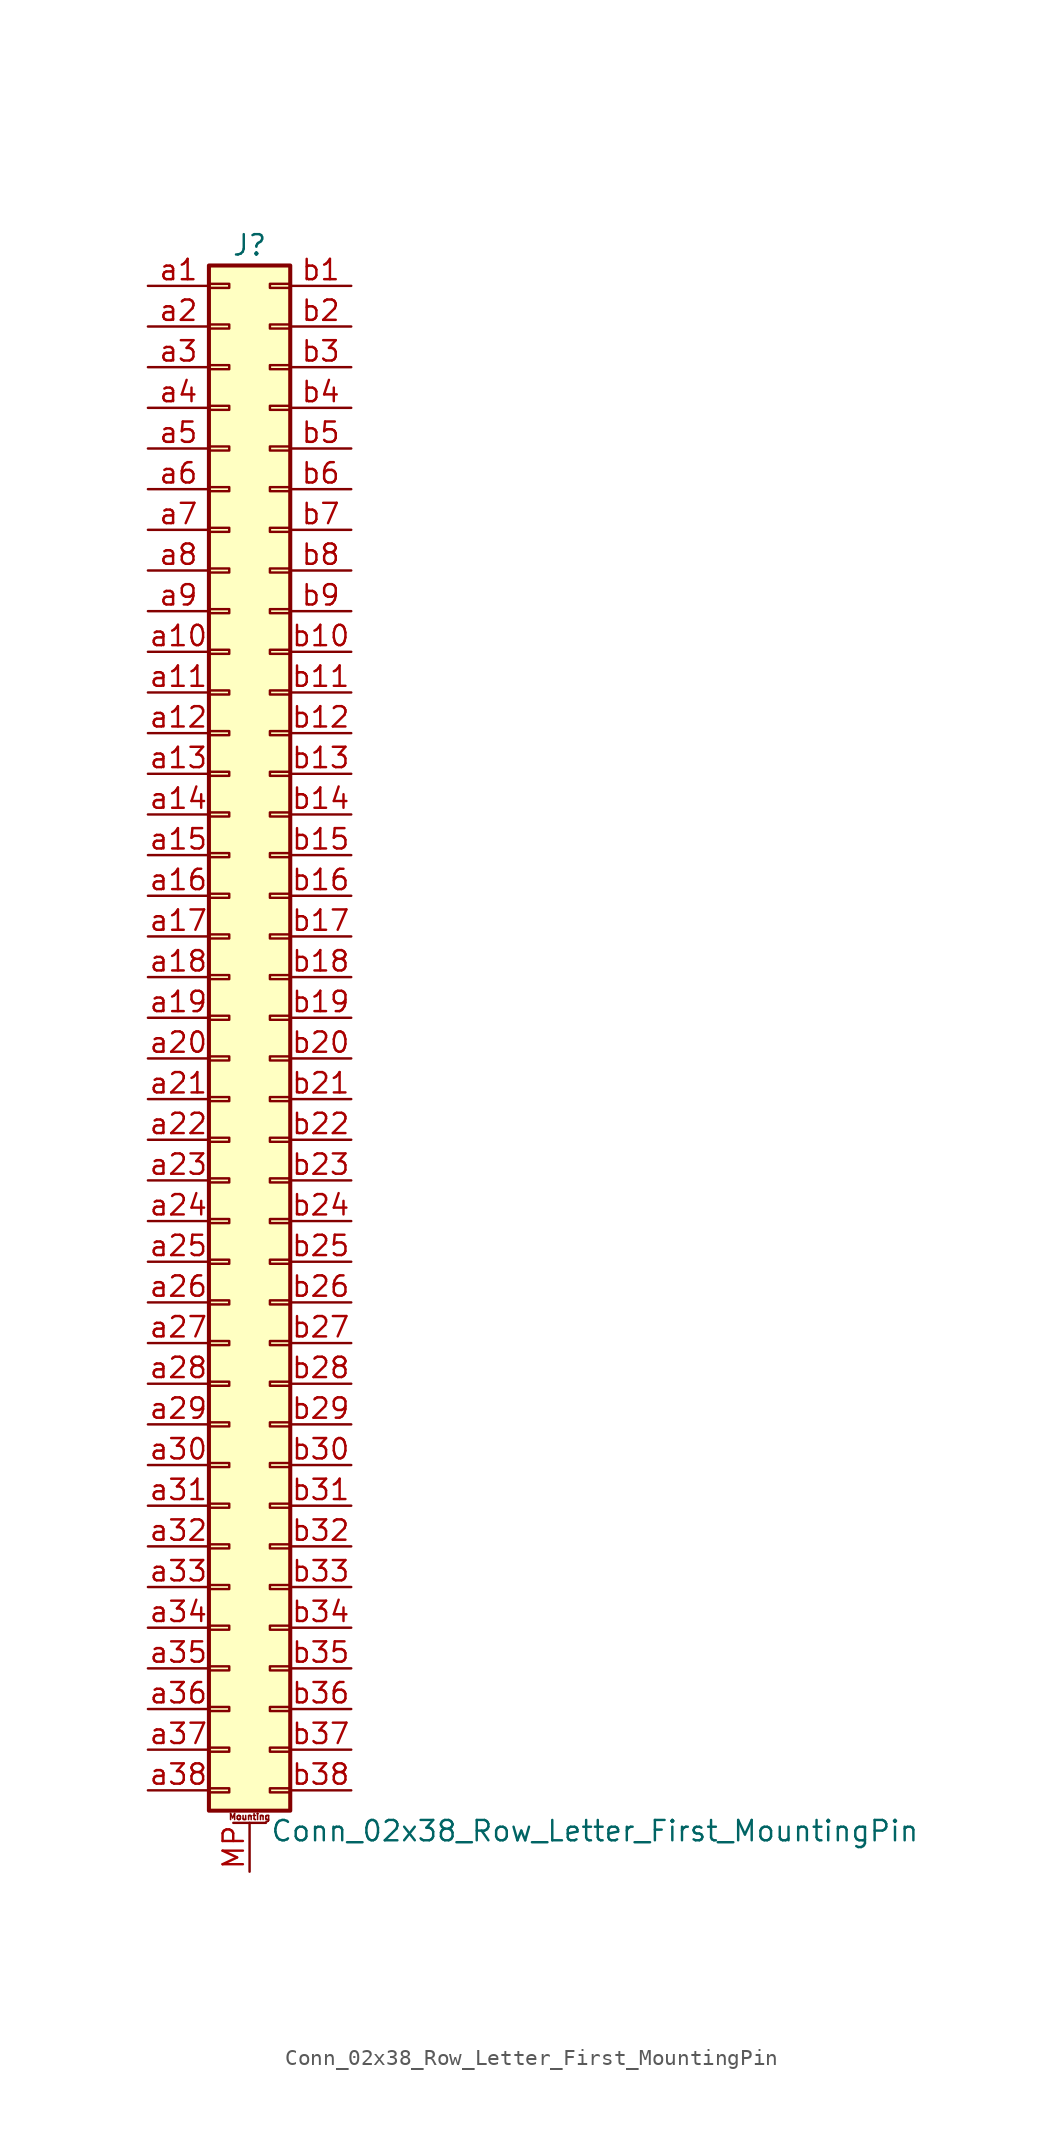
<source format=kicad_sym>
(kicad_symbol_lib
  (version 20211014)
  (generator kicad_symbol_editor)
  (symbol "Conn_02x38_Row_Letter_First_MountingPin"
    (pin_names
      (offset 1.016) hide)
    (property "Reference" "J"
      (at 1.27 48.26 0)
      (effects (font (size 1.27 1.27))))
    (property "Value" "Conn_02x38_Row_Letter_First_MountingPin"
      (at 2.54 -50.8 0)
      (effects (font (size 1.27 1.27)) (justify left)))
    (symbol "Conn_02x38_Row_Letter_First_MountingPin_1_1"
      (rectangle (start -1.27 -48.133) (end 0 -48.387) (stroke (width 0.152) (type default) (color 0 0 0 0)) (fill (type none)))
      (rectangle (start -1.27 -45.593) (end 0 -45.847) (stroke (width 0.152) (type default) (color 0 0 0 0)) (fill (type none)))
      (rectangle (start -1.27 -43.053) (end 0 -43.307) (stroke (width 0.152) (type default) (color 0 0 0 0)) (fill (type none)))
      (rectangle (start -1.27 -40.513) (end 0 -40.767) (stroke (width 0.152) (type default) (color 0 0 0 0)) (fill (type none)))
      (rectangle (start -1.27 -37.973) (end 0 -38.227) (stroke (width 0.152) (type default) (color 0 0 0 0)) (fill (type none)))
      (rectangle (start -1.27 -35.433) (end 0 -35.687) (stroke (width 0.152) (type default) (color 0 0 0 0)) (fill (type none)))
      (rectangle (start -1.27 -32.893) (end 0 -33.147) (stroke (width 0.152) (type default) (color 0 0 0 0)) (fill (type none)))
      (rectangle (start -1.27 -30.353) (end 0 -30.607) (stroke (width 0.152) (type default) (color 0 0 0 0)) (fill (type none)))
      (rectangle (start -1.27 -27.813) (end 0 -28.067) (stroke (width 0.152) (type default) (color 0 0 0 0)) (fill (type none)))
      (rectangle (start -1.27 -25.273) (end 0 -25.527) (stroke (width 0.152) (type default) (color 0 0 0 0)) (fill (type none)))
      (rectangle (start -1.27 -22.733) (end 0 -22.987) (stroke (width 0.152) (type default) (color 0 0 0 0)) (fill (type none)))
      (rectangle (start -1.27 -20.193) (end 0 -20.447) (stroke (width 0.152) (type default) (color 0 0 0 0)) (fill (type none)))
      (rectangle (start -1.27 -17.653) (end 0 -17.907) (stroke (width 0.152) (type default) (color 0 0 0 0)) (fill (type none)))
      (rectangle (start -1.27 -15.113) (end 0 -15.367) (stroke (width 0.152) (type default) (color 0 0 0 0)) (fill (type none)))
      (rectangle (start -1.27 -12.573) (end 0 -12.827) (stroke (width 0.152) (type default) (color 0 0 0 0)) (fill (type none)))
      (rectangle (start -1.27 -10.033) (end 0 -10.287) (stroke (width 0.152) (type default) (color 0 0 0 0)) (fill (type none)))
      (rectangle (start -1.27 -7.493) (end 0 -7.747) (stroke (width 0.152) (type default) (color 0 0 0 0)) (fill (type none)))
      (rectangle (start -1.27 -4.953) (end 0 -5.207) (stroke (width 0.152) (type default) (color 0 0 0 0)) (fill (type none)))
      (rectangle (start -1.27 -2.413) (end 0 -2.667) (stroke (width 0.152) (type default) (color 0 0 0 0)) (fill (type none)))
      (rectangle (start -1.27 0.127) (end 0 -0.127) (stroke (width 0.152) (type default) (color 0 0 0 0)) (fill (type none)))
      (rectangle (start -1.27 2.667) (end 0 2.413) (stroke (width 0.152) (type default) (color 0 0 0 0)) (fill (type none)))
      (rectangle (start -1.27 5.207) (end 0 4.953) (stroke (width 0.152) (type default) (color 0 0 0 0)) (fill (type none)))
      (rectangle (start -1.27 7.747) (end 0 7.493) (stroke (width 0.152) (type default) (color 0 0 0 0)) (fill (type none)))
      (rectangle (start -1.27 10.287) (end 0 10.033) (stroke (width 0.152) (type default) (color 0 0 0 0)) (fill (type none)))
      (rectangle (start -1.27 12.827) (end 0 12.573) (stroke (width 0.152) (type default) (color 0 0 0 0)) (fill (type none)))
      (rectangle (start -1.27 15.367) (end 0 15.113) (stroke (width 0.152) (type default) (color 0 0 0 0)) (fill (type none)))
      (rectangle (start -1.27 17.907) (end 0 17.653) (stroke (width 0.152) (type default) (color 0 0 0 0)) (fill (type none)))
      (rectangle (start -1.27 20.447) (end 0 20.193) (stroke (width 0.152) (type default) (color 0 0 0 0)) (fill (type none)))
      (rectangle (start -1.27 22.987) (end 0 22.733) (stroke (width 0.152) (type default) (color 0 0 0 0)) (fill (type none)))
      (rectangle (start -1.27 25.527) (end 0 25.273) (stroke (width 0.152) (type default) (color 0 0 0 0)) (fill (type none)))
      (rectangle (start -1.27 28.067) (end 0 27.813) (stroke (width 0.152) (type default) (color 0 0 0 0)) (fill (type none)))
      (rectangle (start -1.27 30.607) (end 0 30.353) (stroke (width 0.152) (type default) (color 0 0 0 0)) (fill (type none)))
      (rectangle (start -1.27 33.147) (end 0 32.893) (stroke (width 0.152) (type default) (color 0 0 0 0)) (fill (type none)))
      (rectangle (start -1.27 35.687) (end 0 35.433) (stroke (width 0.152) (type default) (color 0 0 0 0)) (fill (type none)))
      (rectangle (start -1.27 38.227) (end 0 37.973) (stroke (width 0.152) (type default) (color 0 0 0 0)) (fill (type none)))
      (rectangle (start -1.27 40.767) (end 0 40.513) (stroke (width 0.152) (type default) (color 0 0 0 0)) (fill (type none)))
      (rectangle (start -1.27 43.307) (end 0 43.053) (stroke (width 0.152) (type default) (color 0 0 0 0)) (fill (type none)))
      (rectangle (start -1.27 45.847) (end 0 45.593) (stroke (width 0.152) (type default) (color 0 0 0 0)) (fill (type none)))
      (rectangle (start -1.27 46.99) (end 3.81 -49.53) (stroke (width 0.254) (type default) (color 0 0 0 0)) (fill (type background)))
      (polyline (pts (xy 0.254 -50.292) (xy 2.286 -50.292)) (stroke (width 0.152) (type default) (color 0 0 0 0)) (fill (type none)))
      (rectangle (start 3.81 -48.133) (end 2.54 -48.387) (stroke (width 0.152) (type default) (color 0 0 0 0)) (fill (type none)))
      (rectangle (start 3.81 -45.593) (end 2.54 -45.847) (stroke (width 0.152) (type default) (color 0 0 0 0)) (fill (type none)))
      (rectangle (start 3.81 -43.053) (end 2.54 -43.307) (stroke (width 0.152) (type default) (color 0 0 0 0)) (fill (type none)))
      (rectangle (start 3.81 -40.513) (end 2.54 -40.767) (stroke (width 0.152) (type default) (color 0 0 0 0)) (fill (type none)))
      (rectangle (start 3.81 -37.973) (end 2.54 -38.227) (stroke (width 0.152) (type default) (color 0 0 0 0)) (fill (type none)))
      (rectangle (start 3.81 -35.433) (end 2.54 -35.687) (stroke (width 0.152) (type default) (color 0 0 0 0)) (fill (type none)))
      (rectangle (start 3.81 -32.893) (end 2.54 -33.147) (stroke (width 0.152) (type default) (color 0 0 0 0)) (fill (type none)))
      (rectangle (start 3.81 -30.353) (end 2.54 -30.607) (stroke (width 0.152) (type default) (color 0 0 0 0)) (fill (type none)))
      (rectangle (start 3.81 -27.813) (end 2.54 -28.067) (stroke (width 0.152) (type default) (color 0 0 0 0)) (fill (type none)))
      (rectangle (start 3.81 -25.273) (end 2.54 -25.527) (stroke (width 0.152) (type default) (color 0 0 0 0)) (fill (type none)))
      (rectangle (start 3.81 -22.733) (end 2.54 -22.987) (stroke (width 0.152) (type default) (color 0 0 0 0)) (fill (type none)))
      (rectangle (start 3.81 -20.193) (end 2.54 -20.447) (stroke (width 0.152) (type default) (color 0 0 0 0)) (fill (type none)))
      (rectangle (start 3.81 -17.653) (end 2.54 -17.907) (stroke (width 0.152) (type default) (color 0 0 0 0)) (fill (type none)))
      (rectangle (start 3.81 -15.113) (end 2.54 -15.367) (stroke (width 0.152) (type default) (color 0 0 0 0)) (fill (type none)))
      (rectangle (start 3.81 -12.573) (end 2.54 -12.827) (stroke (width 0.152) (type default) (color 0 0 0 0)) (fill (type none)))
      (rectangle (start 3.81 -10.033) (end 2.54 -10.287) (stroke (width 0.152) (type default) (color 0 0 0 0)) (fill (type none)))
      (rectangle (start 3.81 -7.493) (end 2.54 -7.747) (stroke (width 0.152) (type default) (color 0 0 0 0)) (fill (type none)))
      (rectangle (start 3.81 -4.953) (end 2.54 -5.207) (stroke (width 0.152) (type default) (color 0 0 0 0)) (fill (type none)))
      (rectangle (start 3.81 -2.413) (end 2.54 -2.667) (stroke (width 0.152) (type default) (color 0 0 0 0)) (fill (type none)))
      (rectangle (start 3.81 0.127) (end 2.54 -0.127) (stroke (width 0.152) (type default) (color 0 0 0 0)) (fill (type none)))
      (rectangle (start 3.81 2.667) (end 2.54 2.413) (stroke (width 0.152) (type default) (color 0 0 0 0)) (fill (type none)))
      (rectangle (start 3.81 5.207) (end 2.54 4.953) (stroke (width 0.152) (type default) (color 0 0 0 0)) (fill (type none)))
      (rectangle (start 3.81 7.747) (end 2.54 7.493) (stroke (width 0.152) (type default) (color 0 0 0 0)) (fill (type none)))
      (rectangle (start 3.81 10.287) (end 2.54 10.033) (stroke (width 0.152) (type default) (color 0 0 0 0)) (fill (type none)))
      (rectangle (start 3.81 12.827) (end 2.54 12.573) (stroke (width 0.152) (type default) (color 0 0 0 0)) (fill (type none)))
      (rectangle (start 3.81 15.367) (end 2.54 15.113) (stroke (width 0.152) (type default) (color 0 0 0 0)) (fill (type none)))
      (rectangle (start 3.81 17.907) (end 2.54 17.653) (stroke (width 0.152) (type default) (color 0 0 0 0)) (fill (type none)))
      (rectangle (start 3.81 20.447) (end 2.54 20.193) (stroke (width 0.152) (type default) (color 0 0 0 0)) (fill (type none)))
      (rectangle (start 3.81 22.987) (end 2.54 22.733) (stroke (width 0.152) (type default) (color 0 0 0 0)) (fill (type none)))
      (rectangle (start 3.81 25.527) (end 2.54 25.273) (stroke (width 0.152) (type default) (color 0 0 0 0)) (fill (type none)))
      (rectangle (start 3.81 28.067) (end 2.54 27.813) (stroke (width 0.152) (type default) (color 0 0 0 0)) (fill (type none)))
      (rectangle (start 3.81 30.607) (end 2.54 30.353) (stroke (width 0.152) (type default) (color 0 0 0 0)) (fill (type none)))
      (rectangle (start 3.81 33.147) (end 2.54 32.893) (stroke (width 0.152) (type default) (color 0 0 0 0)) (fill (type none)))
      (rectangle (start 3.81 35.687) (end 2.54 35.433) (stroke (width 0.152) (type default) (color 0 0 0 0)) (fill (type none)))
      (rectangle (start 3.81 38.227) (end 2.54 37.973) (stroke (width 0.152) (type default) (color 0 0 0 0)) (fill (type none)))
      (rectangle (start 3.81 40.767) (end 2.54 40.513) (stroke (width 0.152) (type default) (color 0 0 0 0)) (fill (type none)))
      (rectangle (start 3.81 43.307) (end 2.54 43.053) (stroke (width 0.152) (type default) (color 0 0 0 0)) (fill (type none)))
      (rectangle (start 3.81 45.847) (end 2.54 45.593) (stroke (width 0.152) (type default) (color 0 0 0 0)) (fill (type none)))
      (text "Mounting" (at 1.27 -49.911 0) (effects (font (size 0.381 0.381))))
      (pin passive line (at 1.27 -53.34 90) (length 3.048) (name "MountPin" (effects (font (size 1.27 1.27)))) (number "MP" (effects (font (size 1.27 1.27)))))
      (pin passive line (at -5.08 45.72 0) (length 3.81) (name "Pin_a1" (effects (font (size 1.27 1.27)))) (number "a1" (effects (font (size 1.27 1.27)))))
      (pin passive line (at -5.08 22.86 0) (length 3.81) (name "Pin_a10" (effects (font (size 1.27 1.27)))) (number "a10" (effects (font (size 1.27 1.27)))))
      (pin passive line (at -5.08 20.32 0) (length 3.81) (name "Pin_a11" (effects (font (size 1.27 1.27)))) (number "a11" (effects (font (size 1.27 1.27)))))
      (pin passive line (at -5.08 17.78 0) (length 3.81) (name "Pin_a12" (effects (font (size 1.27 1.27)))) (number "a12" (effects (font (size 1.27 1.27)))))
      (pin passive line (at -5.08 15.24 0) (length 3.81) (name "Pin_a13" (effects (font (size 1.27 1.27)))) (number "a13" (effects (font (size 1.27 1.27)))))
      (pin passive line (at -5.08 12.7 0) (length 3.81) (name "Pin_a14" (effects (font (size 1.27 1.27)))) (number "a14" (effects (font (size 1.27 1.27)))))
      (pin passive line (at -5.08 10.16 0) (length 3.81) (name "Pin_a15" (effects (font (size 1.27 1.27)))) (number "a15" (effects (font (size 1.27 1.27)))))
      (pin passive line (at -5.08 7.62 0) (length 3.81) (name "Pin_a16" (effects (font (size 1.27 1.27)))) (number "a16" (effects (font (size 1.27 1.27)))))
      (pin passive line (at -5.08 5.08 0) (length 3.81) (name "Pin_a17" (effects (font (size 1.27 1.27)))) (number "a17" (effects (font (size 1.27 1.27)))))
      (pin passive line (at -5.08 2.54 0) (length 3.81) (name "Pin_a18" (effects (font (size 1.27 1.27)))) (number "a18" (effects (font (size 1.27 1.27)))))
      (pin passive line (at -5.08 0 0) (length 3.81) (name "Pin_a19" (effects (font (size 1.27 1.27)))) (number "a19" (effects (font (size 1.27 1.27)))))
      (pin passive line (at -5.08 43.18 0) (length 3.81) (name "Pin_a2" (effects (font (size 1.27 1.27)))) (number "a2" (effects (font (size 1.27 1.27)))))
      (pin passive line (at -5.08 -2.54 0) (length 3.81) (name "Pin_a20" (effects (font (size 1.27 1.27)))) (number "a20" (effects (font (size 1.27 1.27)))))
      (pin passive line (at -5.08 -5.08 0) (length 3.81) (name "Pin_a21" (effects (font (size 1.27 1.27)))) (number "a21" (effects (font (size 1.27 1.27)))))
      (pin passive line (at -5.08 -7.62 0) (length 3.81) (name "Pin_a22" (effects (font (size 1.27 1.27)))) (number "a22" (effects (font (size 1.27 1.27)))))
      (pin passive line (at -5.08 -10.16 0) (length 3.81) (name "Pin_a23" (effects (font (size 1.27 1.27)))) (number "a23" (effects (font (size 1.27 1.27)))))
      (pin passive line (at -5.08 -12.7 0) (length 3.81) (name "Pin_a24" (effects (font (size 1.27 1.27)))) (number "a24" (effects (font (size 1.27 1.27)))))
      (pin passive line (at -5.08 -15.24 0) (length 3.81) (name "Pin_a25" (effects (font (size 1.27 1.27)))) (number "a25" (effects (font (size 1.27 1.27)))))
      (pin passive line (at -5.08 -17.78 0) (length 3.81) (name "Pin_a26" (effects (font (size 1.27 1.27)))) (number "a26" (effects (font (size 1.27 1.27)))))
      (pin passive line (at -5.08 -20.32 0) (length 3.81) (name "Pin_a27" (effects (font (size 1.27 1.27)))) (number "a27" (effects (font (size 1.27 1.27)))))
      (pin passive line (at -5.08 -22.86 0) (length 3.81) (name "Pin_a28" (effects (font (size 1.27 1.27)))) (number "a28" (effects (font (size 1.27 1.27)))))
      (pin passive line (at -5.08 -25.4 0) (length 3.81) (name "Pin_a29" (effects (font (size 1.27 1.27)))) (number "a29" (effects (font (size 1.27 1.27)))))
      (pin passive line (at -5.08 40.64 0) (length 3.81) (name "Pin_a3" (effects (font (size 1.27 1.27)))) (number "a3" (effects (font (size 1.27 1.27)))))
      (pin passive line (at -5.08 -27.94 0) (length 3.81) (name "Pin_a30" (effects (font (size 1.27 1.27)))) (number "a30" (effects (font (size 1.27 1.27)))))
      (pin passive line (at -5.08 -30.48 0) (length 3.81) (name "Pin_a31" (effects (font (size 1.27 1.27)))) (number "a31" (effects (font (size 1.27 1.27)))))
      (pin passive line (at -5.08 -33.02 0) (length 3.81) (name "Pin_a32" (effects (font (size 1.27 1.27)))) (number "a32" (effects (font (size 1.27 1.27)))))
      (pin passive line (at -5.08 -35.56 0) (length 3.81) (name "Pin_a33" (effects (font (size 1.27 1.27)))) (number "a33" (effects (font (size 1.27 1.27)))))
      (pin passive line (at -5.08 -38.1 0) (length 3.81) (name "Pin_a34" (effects (font (size 1.27 1.27)))) (number "a34" (effects (font (size 1.27 1.27)))))
      (pin passive line (at -5.08 -40.64 0) (length 3.81) (name "Pin_a35" (effects (font (size 1.27 1.27)))) (number "a35" (effects (font (size 1.27 1.27)))))
      (pin passive line (at -5.08 -43.18 0) (length 3.81) (name "Pin_a36" (effects (font (size 1.27 1.27)))) (number "a36" (effects (font (size 1.27 1.27)))))
      (pin passive line (at -5.08 -45.72 0) (length 3.81) (name "Pin_a37" (effects (font (size 1.27 1.27)))) (number "a37" (effects (font (size 1.27 1.27)))))
      (pin passive line (at -5.08 -48.26 0) (length 3.81) (name "Pin_a38" (effects (font (size 1.27 1.27)))) (number "a38" (effects (font (size 1.27 1.27)))))
      (pin passive line (at -5.08 38.1 0) (length 3.81) (name "Pin_a4" (effects (font (size 1.27 1.27)))) (number "a4" (effects (font (size 1.27 1.27)))))
      (pin passive line (at -5.08 35.56 0) (length 3.81) (name "Pin_a5" (effects (font (size 1.27 1.27)))) (number "a5" (effects (font (size 1.27 1.27)))))
      (pin passive line (at -5.08 33.02 0) (length 3.81) (name "Pin_a6" (effects (font (size 1.27 1.27)))) (number "a6" (effects (font (size 1.27 1.27)))))
      (pin passive line (at -5.08 30.48 0) (length 3.81) (name "Pin_a7" (effects (font (size 1.27 1.27)))) (number "a7" (effects (font (size 1.27 1.27)))))
      (pin passive line (at -5.08 27.94 0) (length 3.81) (name "Pin_a8" (effects (font (size 1.27 1.27)))) (number "a8" (effects (font (size 1.27 1.27)))))
      (pin passive line (at -5.08 25.4 0) (length 3.81) (name "Pin_a9" (effects (font (size 1.27 1.27)))) (number "a9" (effects (font (size 1.27 1.27)))))
      (pin passive line (at 7.62 45.72 180) (length 3.81) (name "Pin_b1" (effects (font (size 1.27 1.27)))) (number "b1" (effects (font (size 1.27 1.27)))))
      (pin passive line (at 7.62 22.86 180) (length 3.81) (name "Pin_b10" (effects (font (size 1.27 1.27)))) (number "b10" (effects (font (size 1.27 1.27)))))
      (pin passive line (at 7.62 20.32 180) (length 3.81) (name "Pin_b11" (effects (font (size 1.27 1.27)))) (number "b11" (effects (font (size 1.27 1.27)))))
      (pin passive line (at 7.62 17.78 180) (length 3.81) (name "Pin_b12" (effects (font (size 1.27 1.27)))) (number "b12" (effects (font (size 1.27 1.27)))))
      (pin passive line (at 7.62 15.24 180) (length 3.81) (name "Pin_b13" (effects (font (size 1.27 1.27)))) (number "b13" (effects (font (size 1.27 1.27)))))
      (pin passive line (at 7.62 12.7 180) (length 3.81) (name "Pin_b14" (effects (font (size 1.27 1.27)))) (number "b14" (effects (font (size 1.27 1.27)))))
      (pin passive line (at 7.62 10.16 180) (length 3.81) (name "Pin_b15" (effects (font (size 1.27 1.27)))) (number "b15" (effects (font (size 1.27 1.27)))))
      (pin passive line (at 7.62 7.62 180) (length 3.81) (name "Pin_b16" (effects (font (size 1.27 1.27)))) (number "b16" (effects (font (size 1.27 1.27)))))
      (pin passive line (at 7.62 5.08 180) (length 3.81) (name "Pin_b17" (effects (font (size 1.27 1.27)))) (number "b17" (effects (font (size 1.27 1.27)))))
      (pin passive line (at 7.62 2.54 180) (length 3.81) (name "Pin_b18" (effects (font (size 1.27 1.27)))) (number "b18" (effects (font (size 1.27 1.27)))))
      (pin passive line (at 7.62 0 180) (length 3.81) (name "Pin_b19" (effects (font (size 1.27 1.27)))) (number "b19" (effects (font (size 1.27 1.27)))))
      (pin passive line (at 7.62 43.18 180) (length 3.81) (name "Pin_b2" (effects (font (size 1.27 1.27)))) (number "b2" (effects (font (size 1.27 1.27)))))
      (pin passive line (at 7.62 -2.54 180) (length 3.81) (name "Pin_b20" (effects (font (size 1.27 1.27)))) (number "b20" (effects (font (size 1.27 1.27)))))
      (pin passive line (at 7.62 -5.08 180) (length 3.81) (name "Pin_b21" (effects (font (size 1.27 1.27)))) (number "b21" (effects (font (size 1.27 1.27)))))
      (pin passive line (at 7.62 -7.62 180) (length 3.81) (name "Pin_b22" (effects (font (size 1.27 1.27)))) (number "b22" (effects (font (size 1.27 1.27)))))
      (pin passive line (at 7.62 -10.16 180) (length 3.81) (name "Pin_b23" (effects (font (size 1.27 1.27)))) (number "b23" (effects (font (size 1.27 1.27)))))
      (pin passive line (at 7.62 -12.7 180) (length 3.81) (name "Pin_b24" (effects (font (size 1.27 1.27)))) (number "b24" (effects (font (size 1.27 1.27)))))
      (pin passive line (at 7.62 -15.24 180) (length 3.81) (name "Pin_b25" (effects (font (size 1.27 1.27)))) (number "b25" (effects (font (size 1.27 1.27)))))
      (pin passive line (at 7.62 -17.78 180) (length 3.81) (name "Pin_b26" (effects (font (size 1.27 1.27)))) (number "b26" (effects (font (size 1.27 1.27)))))
      (pin passive line (at 7.62 -20.32 180) (length 3.81) (name "Pin_b27" (effects (font (size 1.27 1.27)))) (number "b27" (effects (font (size 1.27 1.27)))))
      (pin passive line (at 7.62 -22.86 180) (length 3.81) (name "Pin_b28" (effects (font (size 1.27 1.27)))) (number "b28" (effects (font (size 1.27 1.27)))))
      (pin passive line (at 7.62 -25.4 180) (length 3.81) (name "Pin_b29" (effects (font (size 1.27 1.27)))) (number "b29" (effects (font (size 1.27 1.27)))))
      (pin passive line (at 7.62 40.64 180) (length 3.81) (name "Pin_b3" (effects (font (size 1.27 1.27)))) (number "b3" (effects (font (size 1.27 1.27)))))
      (pin passive line (at 7.62 -27.94 180) (length 3.81) (name "Pin_b30" (effects (font (size 1.27 1.27)))) (number "b30" (effects (font (size 1.27 1.27)))))
      (pin passive line (at 7.62 -30.48 180) (length 3.81) (name "Pin_b31" (effects (font (size 1.27 1.27)))) (number "b31" (effects (font (size 1.27 1.27)))))
      (pin passive line (at 7.62 -33.02 180) (length 3.81) (name "Pin_b32" (effects (font (size 1.27 1.27)))) (number "b32" (effects (font (size 1.27 1.27)))))
      (pin passive line (at 7.62 -35.56 180) (length 3.81) (name "Pin_b33" (effects (font (size 1.27 1.27)))) (number "b33" (effects (font (size 1.27 1.27)))))
      (pin passive line (at 7.62 -38.1 180) (length 3.81) (name "Pin_b34" (effects (font (size 1.27 1.27)))) (number "b34" (effects (font (size 1.27 1.27)))))
      (pin passive line (at 7.62 -40.64 180) (length 3.81) (name "Pin_b35" (effects (font (size 1.27 1.27)))) (number "b35" (effects (font (size 1.27 1.27)))))
      (pin passive line (at 7.62 -43.18 180) (length 3.81) (name "Pin_b36" (effects (font (size 1.27 1.27)))) (number "b36" (effects (font (size 1.27 1.27)))))
      (pin passive line (at 7.62 -45.72 180) (length 3.81) (name "Pin_b37" (effects (font (size 1.27 1.27)))) (number "b37" (effects (font (size 1.27 1.27)))))
      (pin passive line (at 7.62 -48.26 180) (length 3.81) (name "Pin_b38" (effects (font (size 1.27 1.27)))) (number "b38" (effects (font (size 1.27 1.27)))))
      (pin passive line (at 7.62 38.1 180) (length 3.81) (name "Pin_b4" (effects (font (size 1.27 1.27)))) (number "b4" (effects (font (size 1.27 1.27)))))
      (pin passive line (at 7.62 35.56 180) (length 3.81) (name "Pin_b5" (effects (font (size 1.27 1.27)))) (number "b5" (effects (font (size 1.27 1.27)))))
      (pin passive line (at 7.62 33.02 180) (length 3.81) (name "Pin_b6" (effects (font (size 1.27 1.27)))) (number "b6" (effects (font (size 1.27 1.27)))))
      (pin passive line (at 7.62 30.48 180) (length 3.81) (name "Pin_b7" (effects (font (size 1.27 1.27)))) (number "b7" (effects (font (size 1.27 1.27)))))
      (pin passive line (at 7.62 27.94 180) (length 3.81) (name "Pin_b8" (effects (font (size 1.27 1.27)))) (number "b8" (effects (font (size 1.27 1.27)))))
      (pin passive line (at 7.62 25.4 180) (length 3.81) (name "Pin_b9" (effects (font (size 1.27 1.27)))) (number "b9" (effects (font (size 1.27 1.27))))))))
</source>
